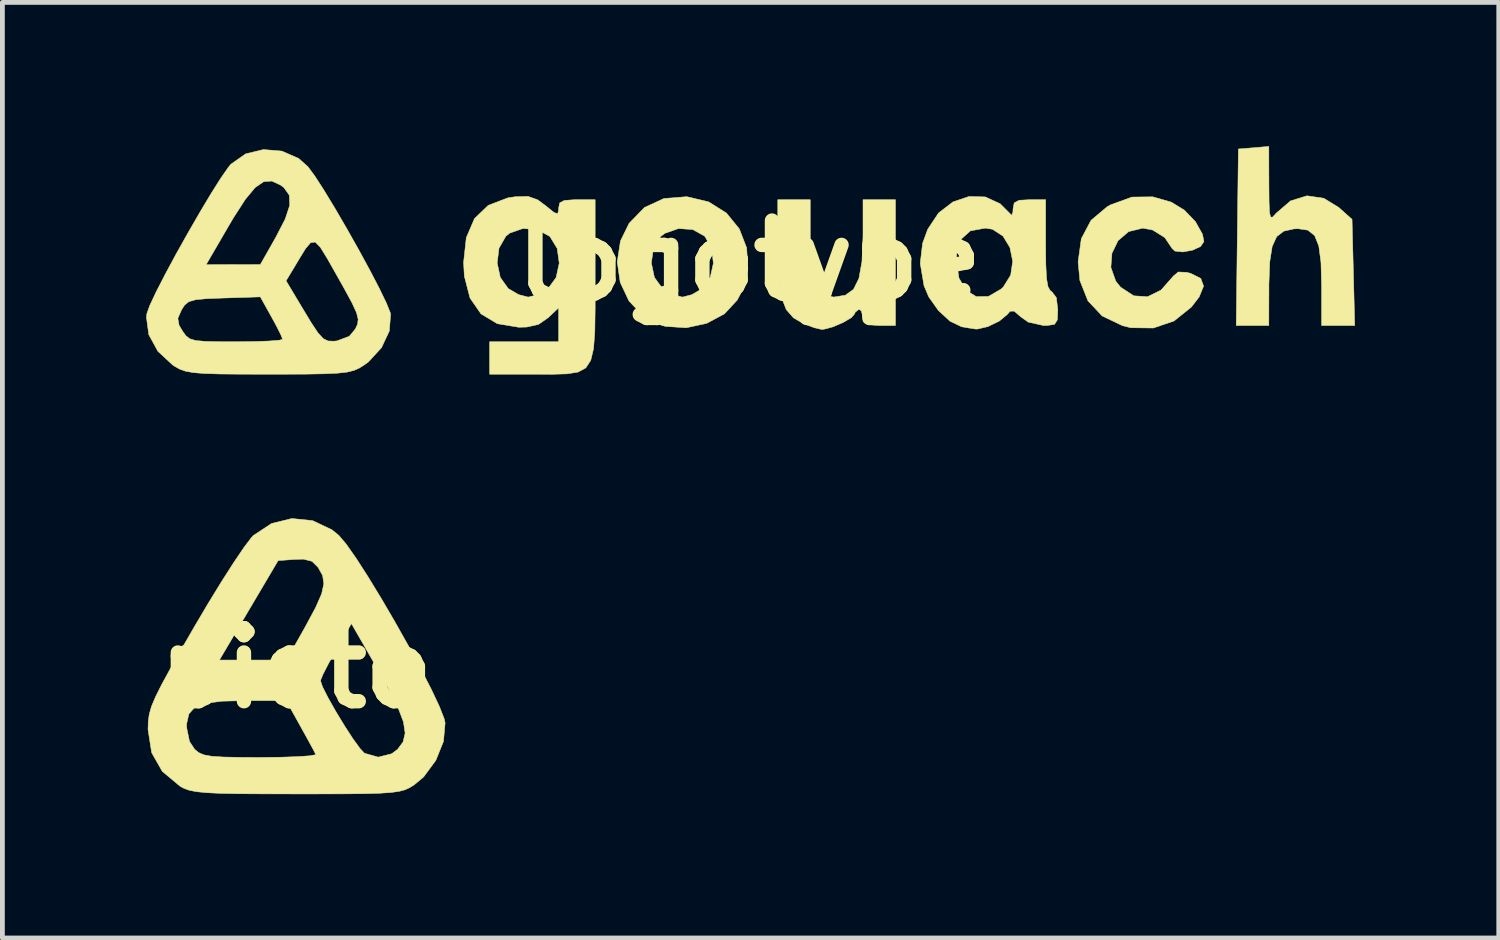
<source format=kicad_pcb>
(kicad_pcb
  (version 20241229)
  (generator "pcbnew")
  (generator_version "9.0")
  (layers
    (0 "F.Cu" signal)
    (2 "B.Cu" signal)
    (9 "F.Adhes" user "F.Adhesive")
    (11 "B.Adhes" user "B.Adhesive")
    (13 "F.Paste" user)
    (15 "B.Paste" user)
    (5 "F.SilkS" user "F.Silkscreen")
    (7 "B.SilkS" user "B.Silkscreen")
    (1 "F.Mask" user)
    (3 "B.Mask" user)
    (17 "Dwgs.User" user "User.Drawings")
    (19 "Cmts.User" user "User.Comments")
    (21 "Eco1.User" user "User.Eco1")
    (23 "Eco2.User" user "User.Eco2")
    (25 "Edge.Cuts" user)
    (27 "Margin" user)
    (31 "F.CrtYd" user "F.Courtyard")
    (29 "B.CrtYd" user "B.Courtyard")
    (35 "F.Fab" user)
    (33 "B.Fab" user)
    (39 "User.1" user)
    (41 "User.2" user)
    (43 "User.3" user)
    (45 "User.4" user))
  (footprint "logotype"
    (layer "F.Cu")
    (at 12.583 2.386)
    (property "Reference" "logotype" (at 0 0 0) (layer "F.SilkS") (effects (font (size 1.524 1.524) (thickness 0.3))))
    (attr through_hole)
    (fp_poly (pts (xy 10.839 -1.593) (xy 10.842 -1.227) (xy 10.851 -1.007) (xy 10.873 -0.908) (xy 10.913 -0.905) (xy 10.978 -0.973) (xy 10.987 -0.985) (xy 11.29 -1.245) (xy 11.632 -1.351) (xy 11.984 -1.3) (xy 12.296 -1.108) (xy 12.573 -0.861) (xy 12.629 1.355) (xy 11.938 1.355) (xy 11.938 0.527) (xy 11.925 0.038) (xy 11.88 -0.304) (xy 11.793 -0.521) (xy 11.652 -0.634) (xy 11.447 -0.665) (xy 11.36 -0.661) (xy 11.149 -0.614) (xy 11.001 -0.5) (xy 10.907 -0.294) (xy 10.856 0.027) (xy 10.839 0.49) (xy 10.839 0.572) (xy 10.837 1.355) (xy 10.157 1.355) (xy 10.202 -2.328) (xy 10.837 -2.381) (xy 10.839 -1.593)) (stroke (width 0.01) (type solid)) (fill yes) (layer "F.SilkS"))
    (fp_poly (pts (xy 1.27 -0.442) (xy 1.285 0.05) (xy 1.335 0.396) (xy 1.428 0.616) (xy 1.573 0.731) (xy 1.762 0.761) (xy 2.002 0.723) (xy 2.173 0.6) (xy 2.286 0.372) (xy 2.349 0.02) (xy 2.37 -0.476) (xy 2.371 -0.556) (xy 2.371 -1.27) (xy 3.048 -1.27) (xy 3.048 1.355) (xy 2.709 1.355) (xy 2.488 1.34) (xy 2.39 1.283) (xy 2.371 1.185) (xy 2.335 1.048) (xy 2.286 1.016) (xy 2.204 1.081) (xy 2.201 1.105) (xy 2.13 1.189) (xy 1.958 1.291) (xy 1.746 1.382) (xy 1.555 1.433) (xy 1.506 1.436) (xy 1.358 1.402) (xy 1.145 1.323) (xy 1.127 1.315) (xy 0.919 1.194) (xy 0.77 1.023) (xy 0.672 0.774) (xy 0.617 0.421) (xy 0.594 -0.062) (xy 0.593 -0.292) (xy 0.593 -1.27) (xy 1.27 -1.27) (xy 1.27 -0.442)) (stroke (width 0.01) (type solid)) (fill yes) (layer "F.SilkS"))
    (fp_poly (pts (xy -0.848 -1.224) (xy -0.478 -0.991) (xy -0.21 -0.662) (xy -0.056 -0.264) (xy -0.031 0.173) (xy -0.148 0.623) (xy -0.253 0.824) (xy -0.52 1.112) (xy -0.891 1.31) (xy -1.317 1.402) (xy -1.749 1.373) (xy -1.833 1.351) (xy -2.221 1.152) (xy -2.512 0.842) (xy -2.694 0.456) (xy -2.753 0.049) (xy -2.045 0.049) (xy -1.981 0.351) (xy -1.812 0.584) (xy -1.809 0.587) (xy -1.596 0.71) (xy -1.398 0.762) (xy -1.397 0.762) (xy -1.199 0.711) (xy -0.986 0.587) (xy -0.985 0.587) (xy -0.818 0.359) (xy -0.751 0.057) (xy -0.786 -0.252) (xy -0.927 -0.503) (xy -0.931 -0.508) (xy -1.179 -0.647) (xy -1.478 -0.668) (xy -1.76 -0.57) (xy -1.847 -0.505) (xy -2.001 -0.258) (xy -2.045 0.049) (xy -2.753 0.049) (xy -2.756 0.028) (xy -2.689 -0.409) (xy -2.509 -0.777) (xy -2.188 -1.108) (xy -1.782 -1.295) (xy -1.305 -1.333) (xy -0.848 -1.224)) (stroke (width 0.01) (type solid)) (fill yes) (layer "F.SilkS"))
    (fp_poly (pts (xy 8.802 -1.219) (xy 9.074 -1.053) (xy 9.306 -0.812) (xy 9.453 -0.55) (xy 9.483 -0.396) (xy 9.412 -0.293) (xy 9.243 -0.216) (xy 9.043 -0.18) (xy 8.879 -0.198) (xy 8.82 -0.252) (xy 8.667 -0.479) (xy 8.417 -0.636) (xy 8.209 -0.677) (xy 7.913 -0.605) (xy 7.692 -0.416) (xy 7.564 -0.153) (xy 7.542 0.143) (xy 7.644 0.43) (xy 7.743 0.554) (xy 8.019 0.735) (xy 8.308 0.754) (xy 8.59 0.614) (xy 8.848 0.321) (xy 8.949 0.238) (xy 9.123 0.246) (xy 9.207 0.267) (xy 9.417 0.372) (xy 9.476 0.533) (xy 9.384 0.758) (xy 9.222 0.969) (xy 8.86 1.26) (xy 8.428 1.407) (xy 7.958 1.401) (xy 7.782 1.358) (xy 7.359 1.155) (xy 7.063 0.84) (xy 6.896 0.418) (xy 6.858 0.028) (xy 6.925 -0.456) (xy 7.128 -0.84) (xy 7.468 -1.126) (xy 7.538 -1.164) (xy 7.982 -1.325) (xy 8.415 -1.33) (xy 8.802 -1.219)) (stroke (width 0.01) (type solid)) (fill yes) (layer "F.SilkS"))
    (fp_poly (pts (xy 4.922 -1.328) (xy 5.23 -1.187) (xy 5.395 -1.023) (xy 5.473 -0.944) (xy 5.498 -1.011) (xy 5.501 -1.079) (xy 5.525 -1.203) (xy 5.626 -1.258) (xy 5.842 -1.27) (xy 6.181 -1.27) (xy 6.181 -0.336) (xy 6.185 0.09) (xy 6.2 0.374) (xy 6.23 0.545) (xy 6.278 0.629) (xy 6.308 0.647) (xy 6.404 0.772) (xy 6.435 1.025) (xy 6.425 1.238) (xy 6.366 1.331) (xy 6.214 1.354) (xy 6.138 1.355) (xy 5.818 1.284) (xy 5.66 1.172) (xy 5.525 1.055) (xy 5.441 1.056) (xy 5.378 1.127) (xy 5.213 1.263) (xy 4.975 1.378) (xy 4.753 1.429) (xy 4.715 1.428) (xy 4.554 1.403) (xy 4.425 1.38) (xy 4.186 1.265) (xy 3.943 1.041) (xy 3.742 0.757) (xy 3.644 0.526) (xy 3.565 0.06) (xy 3.571 0.005) (xy 4.318 0.005) (xy 4.373 0.366) (xy 4.521 0.62) (xy 4.734 0.752) (xy 4.988 0.748) (xy 5.254 0.593) (xy 5.296 0.554) (xy 5.452 0.303) (xy 5.494 0.013) (xy 5.436 -0.272) (xy 5.292 -0.509) (xy 5.073 -0.653) (xy 4.923 -0.677) (xy 4.611 -0.62) (xy 4.414 -0.443) (xy 4.325 -0.139) (xy 4.318 0.005) (xy 3.571 0.005) (xy 3.614 -0.361) (xy 3.722 -0.654) (xy 3.947 -0.993) (xy 4.246 -1.223) (xy 4.582 -1.337) (xy 4.922 -1.328)) (stroke (width 0.01) (type solid)) (fill yes) (layer "F.SilkS"))
    (fp_poly (pts (xy -4.415 -1.267) (xy -4.251 -1.145) (xy -4.08 -1.007) (xy -4.002 -0.975) (xy -3.98 -1.04) (xy -3.979 -1.093) (xy -3.957 -1.203) (xy -3.859 -1.255) (xy -3.643 -1.27) (xy -3.598 -1.27) (xy -3.217 -1.27) (xy -3.217 0.362) (xy -3.217 0.996) (xy -3.224 1.48) (xy -3.25 1.835) (xy -3.309 2.081) (xy -3.411 2.238) (xy -3.57 2.325) (xy -3.798 2.363) (xy -4.106 2.372) (xy -4.45 2.371) (xy -5.419 2.371) (xy -5.419 1.693) (xy -3.979 1.693) (xy -3.979 0.986) (xy -4.198 1.192) (xy -4.399 1.332) (xy -4.646 1.387) (xy -4.812 1.391) (xy -5.258 1.317) (xy -5.598 1.113) (xy -5.828 0.781) (xy -5.946 0.326) (xy -5.961 0.05) (xy -5.261 0.05) (xy -5.196 0.352) (xy -5.031 0.583) (xy -5.026 0.587) (xy -4.814 0.71) (xy -4.615 0.762) (xy -4.614 0.762) (xy -4.416 0.711) (xy -4.203 0.587) (xy -4.202 0.587) (xy -4.032 0.355) (xy -3.966 0.054) (xy -4.009 -0.253) (xy -4.161 -0.502) (xy -4.165 -0.505) (xy -4.423 -0.646) (xy -4.725 -0.669) (xy -4.999 -0.573) (xy -5.08 -0.508) (xy -5.223 -0.259) (xy -5.261 0.05) (xy -5.961 0.05) (xy -5.962 0.042) (xy -5.905 -0.479) (xy -5.734 -0.877) (xy -5.447 -1.152) (xy -5.043 -1.307) (xy -4.884 -1.332) (xy -4.616 -1.339) (xy -4.415 -1.267)) (stroke (width 0.01) (type solid)) (fill yes) (layer "F.SilkS"))
    (fp_poly (pts (xy -9.753 -2.284) (xy -9.403 -2.131) (xy -9.207 -1.956) (xy -9.062 -1.759) (xy -8.867 -1.456) (xy -8.638 -1.078) (xy -8.392 -0.655) (xy -8.145 -0.217) (xy -7.915 0.206) (xy -7.718 0.584) (xy -7.572 0.887) (xy -7.492 1.086) (xy -7.484 1.121) (xy -7.511 1.469) (xy -7.674 1.817) (xy -7.947 2.114) (xy -8.035 2.178) (xy -8.14 2.244) (xy -8.25 2.292) (xy -8.391 2.327) (xy -8.588 2.349) (xy -8.867 2.362) (xy -9.253 2.369) (xy -9.772 2.371) (xy -10.033 2.371) (xy -10.615 2.37) (xy -11.053 2.366) (xy -11.374 2.356) (xy -11.601 2.337) (xy -11.762 2.308) (xy -11.882 2.266) (xy -11.986 2.208) (xy -12.031 2.178) (xy -12.339 1.893) (xy -12.529 1.546) (xy -12.575 1.204) (xy -11.923 1.204) (xy -11.898 1.348) (xy -11.825 1.472) (xy -11.756 1.567) (xy -11.677 1.63) (xy -11.553 1.668) (xy -11.351 1.686) (xy -11.038 1.693) (xy -10.708 1.693) (xy -10.325 1.689) (xy -10.014 1.678) (xy -9.806 1.661) (xy -9.737 1.642) (xy -9.775 1.546) (xy -9.873 1.351) (xy -9.97 1.174) (xy -10.202 0.757) (xy -10.961 0.781) (xy -11.325 0.795) (xy -11.557 0.817) (xy -11.697 0.859) (xy -11.783 0.93) (xy -11.845 1.027) (xy -11.923 1.204) (xy -12.575 1.204) (xy -12.578 1.181) (xy -12.568 1.103) (xy -12.509 0.938) (xy -12.378 0.659) (xy -12.256 0.422) (xy -9.665 0.422) (xy -9.348 0.952) (xy -9.145 1.289) (xy -9.001 1.506) (xy -8.891 1.627) (xy -8.79 1.677) (xy -8.672 1.682) (xy -8.604 1.676) (xy -8.345 1.579) (xy -8.221 1.429) (xy -8.173 1.327) (xy -8.161 1.223) (xy -8.195 1.087) (xy -8.287 0.887) (xy -8.447 0.592) (xy -8.587 0.343) (xy -8.8 -0.034) (xy -8.948 -0.275) (xy -9.057 -0.386) (xy -9.153 -0.374) (xy -9.261 -0.246) (xy -9.406 -0.009) (xy -9.474 0.105) (xy -9.665 0.422) (xy -12.256 0.422) (xy -12.192 0.296) (xy -12.078 0.085) (xy -11.333 0.085) (xy -10.202 0.083) (xy -9.885 -0.475) (xy -9.683 -0.866) (xy -9.588 -1.154) (xy -9.598 -1.364) (xy -9.71 -1.522) (xy -9.782 -1.576) (xy -9.962 -1.659) (xy -10.132 -1.646) (xy -10.31 -1.524) (xy -10.513 -1.28) (xy -10.759 -0.899) (xy -10.86 -0.728) (xy -11.333 0.085) (xy -12.078 0.085) (xy -11.968 -0.12) (xy -11.722 -0.559) (xy -11.473 -0.991) (xy -11.237 -1.386) (xy -11.031 -1.713) (xy -10.872 -1.942) (xy -10.816 -2.011) (xy -10.509 -2.226) (xy -10.139 -2.316) (xy -9.753 -2.284)) (stroke (width 0.01) (type solid)) (fill yes) (layer "F.SilkS")))
  (footprint "picto"
    (layer "F.Cu")
    (at 3.128 10.889)
    (property "Reference" "picto" (at 0 0 0) (layer "F.SilkS") (effects (font (size 1.524 1.524) (thickness 0.3))))
    (attr through_hole)
    (fp_poly (pts (xy 0.343 -3.078) (xy 0.745 -2.888) (xy 0.892 -2.768) (xy 1.045 -2.587) (xy 1.254 -2.289) (xy 1.503 -1.902) (xy 1.777 -1.452) (xy 2.061 -0.966) (xy 2.339 -0.472) (xy 2.595 0.004) (xy 2.816 0.433) (xy 2.985 0.791) (xy 3.086 1.048) (xy 3.108 1.141) (xy 3.074 1.528) (xy 2.914 1.924) (xy 2.66 2.269) (xy 2.464 2.433) (xy 2.37 2.492) (xy 2.273 2.537) (xy 2.149 2.57) (xy 1.976 2.594) (xy 1.734 2.61) (xy 1.399 2.619) (xy 0.95 2.623) (xy 0.365 2.624) (xy 0.009 2.624) (xy -0.661 2.623) (xy -1.182 2.62) (xy -1.578 2.612) (xy -1.87 2.598) (xy -2.079 2.577) (xy -2.228 2.548) (xy -2.337 2.509) (xy -2.422 2.463) (xy -2.793 2.153) (xy -3.014 1.763) (xy -3.089 1.287) (xy -3.09 1.27) (xy -3.088 1.232) (xy -2.286 1.232) (xy -2.225 1.529) (xy -2.117 1.693) (xy -2.035 1.761) (xy -1.927 1.808) (xy -1.764 1.838) (xy -1.515 1.854) (xy -1.151 1.861) (xy -0.755 1.863) (xy -0.331 1.858) (xy 0.023 1.846) (xy 0.277 1.829) (xy 0.402 1.807) (xy 0.409 1.798) (xy 0.356 1.696) (xy 0.244 1.49) (xy 0.096 1.223) (xy 0.086 1.205) (xy -0.208 0.677) (xy -1.059 0.677) (xy -1.548 0.689) (xy -1.892 0.733) (xy -2.114 0.817) (xy -2.237 0.954) (xy -2.283 1.153) (xy -2.286 1.232) (xy -3.088 1.232) (xy -3.085 1.111) (xy -3.064 0.961) (xy -3.017 0.796) (xy -2.932 0.595) (xy -2.801 0.333) (xy -2.763 0.264) (xy 0.508 0.264) (xy 0.552 0.392) (xy 0.667 0.619) (xy 0.827 0.902) (xy 1.009 1.201) (xy 1.186 1.474) (xy 1.335 1.679) (xy 1.426 1.775) (xy 1.713 1.856) (xy 1.993 1.786) (xy 2.117 1.693) (xy 2.231 1.539) (xy 2.274 1.356) (xy 2.239 1.122) (xy 2.122 0.813) (xy 1.916 0.405) (xy 1.72 0.055) (xy 1.153 -0.93) (xy 0.831 -0.374) (xy 0.676 -0.097) (xy 0.561 0.127) (xy 0.509 0.255) (xy 0.508 0.264) (xy -2.763 0.264) (xy -2.611 -0.013) (xy -2.522 -0.169) (xy -1.601 -0.169) (xy -0.2 -0.169) (xy 0.197 -0.875) (xy 0.407 -1.266) (xy 0.532 -1.55) (xy 0.578 -1.76) (xy 0.553 -1.931) (xy 0.463 -2.095) (xy 0.458 -2.102) (xy 0.331 -2.229) (xy 0.154 -2.274) (xy -0.027 -2.269) (xy -0.376 -2.244) (xy -0.989 -1.206) (xy -1.601 -0.169) (xy -2.522 -0.169) (xy -2.353 -0.466) (xy -2.133 -0.847) (xy -1.84 -1.343) (xy -1.557 -1.805) (xy -1.3 -2.206) (xy -1.087 -2.521) (xy -0.933 -2.724) (xy -0.892 -2.768) (xy -0.513 -3.018) (xy -0.089 -3.122) (xy 0.343 -3.078)) (stroke (width 0.01) (type solid)) (fill yes) (layer "F.SilkS")))
  (gr_rect
    (start -3 -3)
    (end 28.217 16.519)
    (stroke (width 0.1) (type default))
    (fill no)
    (layer "Edge.Cuts")))
</source>
